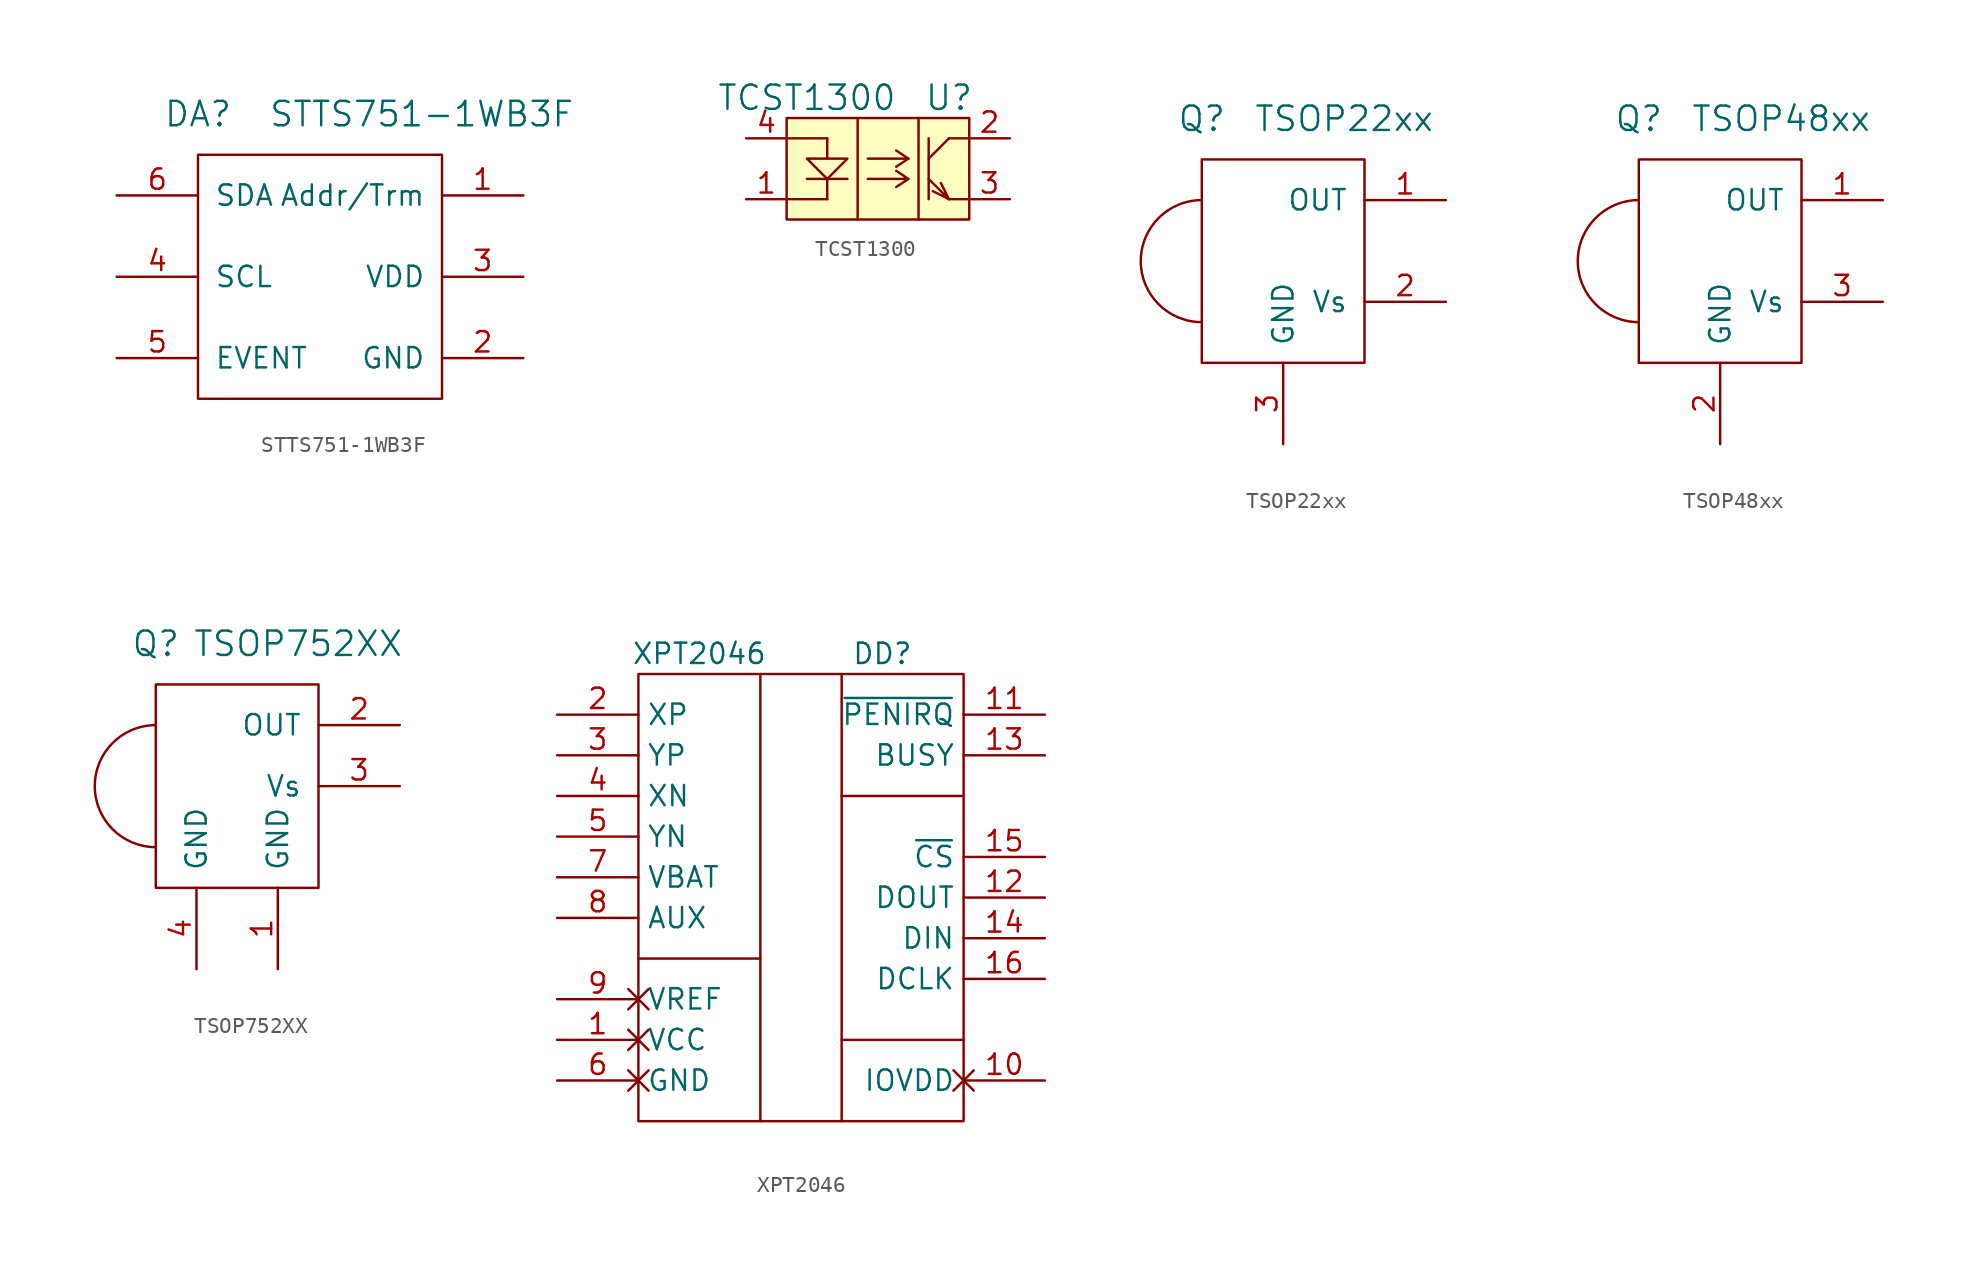
<source format=kicad_sym>
(kicad_symbol_lib
  (version 20231120)
  (generator "kicad_symbol_editor")
  (generator_version "8.0")
  (symbol "STTS751-1WB3F"
    (pin_names
      (offset 1.016))
    (property "Reference" "DA"
      (at -7.62 10.16 0)
      (effects (font (size 1.524 1.524))))
    (property "Value" "STTS751-1WB3F"
      (at 6.35 10.16 0)
      (effects (font (size 1.524 1.524))))
    (property "Footprint" ""
      (at 0 0 0)
      (effects (font (size 1.524 1.524))))
    (property "Datasheet" ""
      (at 0 0 0)
      (effects (font (size 1.524 1.524))))
    (symbol "STTS751-1WB3F_0_1"
      (rectangle (start -7.62 7.62) (end 7.62 -7.62) (stroke (width 0) (type default)) (fill (type none))))
    (symbol "STTS751-1WB3F_1_1"
      (pin passive line (at 12.7 5.08 180) (length 5.08) (name "Addr/Trm" (effects (font (size 1.27 1.27)))) (number "1" (effects (font (size 1.27 1.27)))))
      (pin passive line (at 12.7 -5.08 180) (length 5.08) (name "GND" (effects (font (size 1.27 1.27)))) (number "2" (effects (font (size 1.27 1.27)))))
      (pin passive line (at 12.7 0 180) (length 5.08) (name "VDD" (effects (font (size 1.27 1.27)))) (number "3" (effects (font (size 1.27 1.27)))))
      (pin passive line (at -12.7 0 0) (length 5.08) (name "SCL" (effects (font (size 1.27 1.27)))) (number "4" (effects (font (size 1.27 1.27)))))
      (pin passive line (at -12.7 -5.08 0) (length 5.08) (name "EVENT" (effects (font (size 1.27 1.27)))) (number "5" (effects (font (size 1.27 1.27)))))
      (pin passive line (at -12.7 5.08 0) (length 5.08) (name "SDA" (effects (font (size 1.27 1.27)))) (number "6" (effects (font (size 1.27 1.27)))))))
  (symbol "TCST1300"
    (pin_names
      (offset 1.016) hide)
    (property "Reference" "U"
      (at 3.81 3.81 0)
      (effects (font (size 1.524 1.524))))
    (property "Value" "TCST1300"
      (at -5.08 3.81 0)
      (effects (font (size 1.524 1.524))))
    (symbol "TCST1300_0_1"
      (rectangle (start -6.35 2.54) (end 5.08 -3.81) (stroke (width 0) (type default)) (fill (type background)))
      (polyline (pts (xy -6.35 -2.54) (xy -3.81 -2.54)) (stroke (width 0) (type default)) (fill (type none)))
      (polyline (pts (xy -6.35 1.27) (xy -3.81 1.27)) (stroke (width 0) (type default)) (fill (type none)))
      (polyline (pts (xy -5.08 -1.27) (xy -2.54 -1.27)) (stroke (width 0) (type default)) (fill (type none)))
      (polyline (pts (xy -3.81 -1.27) (xy -3.81 -2.54)) (stroke (width 0) (type default)) (fill (type none)))
      (polyline (pts (xy -1.905 2.54) (xy -1.905 -3.81)) (stroke (width 0) (type default)) (fill (type none)))
      (polyline (pts (xy -1.27 0) (xy 1.27 0)) (stroke (width 0) (type default)) (fill (type none)))
      (polyline (pts (xy 1.27 -1.27) (xy 0.508 -1.778)) (stroke (width 0) (type default)) (fill (type none)))
      (polyline (pts (xy 1.27 0) (xy 0.508 -0.508)) (stroke (width 0) (type default)) (fill (type none)))
      (polyline (pts (xy 1.27 0) (xy 0.508 0.508)) (stroke (width 0) (type default)) (fill (type none)))
      (polyline (pts (xy 1.905 2.54) (xy 1.905 -3.81)) (stroke (width 0) (type default)) (fill (type none)))
      (polyline (pts (xy 2.54 0) (xy 3.81 1.27)) (stroke (width 0) (type default)) (fill (type none)))
      (polyline (pts (xy 2.54 1.27) (xy 2.54 -2.54)) (stroke (width 0) (type default)) (fill (type none)))
      (polyline (pts (xy 3.81 -2.54) (xy 2.794 -2.032)) (stroke (width 0) (type default)) (fill (type none)))
      (polyline (pts (xy 3.81 -2.54) (xy 5.08 -2.54)) (stroke (width 0) (type default)) (fill (type none)))
      (polyline (pts (xy 3.81 1.27) (xy 5.08 1.27)) (stroke (width 0) (type default)) (fill (type none)))
      (polyline (pts (xy -1.27 -1.27) (xy 1.27 -1.27) (xy 0.508 -0.762)) (stroke (width 0) (type default)) (fill (type none)))
      (polyline (pts (xy 2.54 -1.27) (xy 3.81 -2.54) (xy 3.302 -1.524)) (stroke (width 0) (type default)) (fill (type none)))
      (polyline (pts (xy -3.81 1.27) (xy -3.81 0) (xy -2.54 0) (xy -3.81 -1.27) (xy -5.08 0) (xy -3.81 0)) (stroke (width 0) (type default)) (fill (type none))))
    (symbol "TCST1300_1_1"
      (pin passive line (at -8.89 -2.54 0) (length 2.54) (name "C" (effects (font (size 1.27 1.27)))) (number "1" (effects (font (size 1.27 1.27)))))
      (pin passive line (at 7.62 1.27 180) (length 2.54) (name "~" (effects (font (size 1.27 1.27)))) (number "2" (effects (font (size 1.27 1.27)))))
      (pin passive line (at 7.62 -2.54 180) (length 2.54) (name "~" (effects (font (size 1.27 1.27)))) (number "3" (effects (font (size 1.27 1.27)))))
      (pin passive line (at -8.89 1.27 0) (length 2.54) (name "A" (effects (font (size 1.27 1.27)))) (number "4" (effects (font (size 1.27 1.27)))))))
  (symbol "TSOP22xx"
    (pin_names
      (offset 1.016))
    (property "Reference" "Q"
      (at -5.08 7.62 0)
      (effects (font (size 1.524 1.524))))
    (property "Value" "TSOP22xx"
      (at 3.81 7.62 0)
      (effects (font (size 1.524 1.524))))
    (symbol "TSOP22xx_0_1"
      (arc (start -5.08 2.54) (mid -8.8734 -1.27) (end -5.08 -5.08) (stroke (width 0) (type default)) (fill (type none)))
      (rectangle (start 5.08 5.08) (end -5.08 -7.62) (stroke (width 0) (type default)) (fill (type none))))
    (symbol "TSOP22xx_1_1"
      (pin passive line (at 10.16 2.54 180) (length 5.08) (name "OUT" (effects (font (size 1.27 1.27)))) (number "1" (effects (font (size 1.27 1.27)))))
      (pin passive line (at 10.16 -3.81 180) (length 5.08) (name "Vs" (effects (font (size 1.27 1.27)))) (number "2" (effects (font (size 1.27 1.27)))))
      (pin passive line (at 0 -12.7 90) (length 5.08) (name "GND" (effects (font (size 1.27 1.27)))) (number "3" (effects (font (size 1.27 1.27)))))))
  (symbol "TSOP48xx"
    (pin_names
      (offset 1.016))
    (property "Reference" "Q"
      (at -5.08 7.62 0)
      (effects (font (size 1.524 1.524))))
    (property "Value" "TSOP48xx"
      (at 3.81 7.62 0)
      (effects (font (size 1.524 1.524))))
    (symbol "TSOP48xx_0_1"
      (arc (start -5.08 2.54) (mid -8.8734 -1.27) (end -5.08 -5.08) (stroke (width 0) (type default)) (fill (type none)))
      (rectangle (start 5.08 5.08) (end -5.08 -7.62) (stroke (width 0) (type default)) (fill (type none))))
    (symbol "TSOP48xx_1_1"
      (pin passive line (at 10.16 2.54 180) (length 5.08) (name "OUT" (effects (font (size 1.27 1.27)))) (number "1" (effects (font (size 1.27 1.27)))))
      (pin passive line (at 0 -12.7 90) (length 5.08) (name "GND" (effects (font (size 1.27 1.27)))) (number "2" (effects (font (size 1.27 1.27)))))
      (pin passive line (at 10.16 -3.81 180) (length 5.08) (name "Vs" (effects (font (size 1.27 1.27)))) (number "3" (effects (font (size 1.27 1.27)))))))
  (symbol "TSOP752XX"
    (pin_names
      (offset 1.016))
    (property "Reference" "Q"
      (at -5.08 7.62 0)
      (effects (font (size 1.524 1.524))))
    (property "Value" "TSOP752XX"
      (at 3.81 7.62 0)
      (effects (font (size 1.524 1.524))))
    (property "Footprint" ""
      (at 0 0 0)
      (effects (font (size 1.524 1.524))))
    (property "Datasheet" ""
      (at 0 0 0)
      (effects (font (size 1.524 1.524))))
    (symbol "TSOP752XX_0_1"
      (arc (start -5.08 2.54) (mid -8.8734 -1.27) (end -5.08 -5.08) (stroke (width 0) (type default)) (fill (type none)))
      (rectangle (start 5.08 5.08) (end -5.08 -7.62) (stroke (width 0) (type default)) (fill (type none))))
    (symbol "TSOP752XX_1_1"
      (pin passive line (at 2.54 -12.7 90) (length 5.08) (name "GND" (effects (font (size 1.27 1.27)))) (number "1" (effects (font (size 1.27 1.27)))))
      (pin passive line (at 10.16 2.54 180) (length 5.08) (name "OUT" (effects (font (size 1.27 1.27)))) (number "2" (effects (font (size 1.27 1.27)))))
      (pin passive line (at 10.16 -1.27 180) (length 5.08) (name "Vs" (effects (font (size 1.27 1.27)))) (number "3" (effects (font (size 1.27 1.27)))))
      (pin passive line (at -2.54 -12.7 90) (length 5.08) (name "GND" (effects (font (size 1.27 1.27)))) (number "4" (effects (font (size 1.27 1.27)))))))
  (symbol "XPT2046"
    (property "Reference" "DD"
      (at 5.08 3.81 0)
      (effects (font (size 1.27 1.27))))
    (property "Value" "XPT2046"
      (at -6.35 3.81 0)
      (effects (font (size 1.27 1.27))))
    (symbol "XPT2046_0_1"
      (rectangle (start -10.16 2.54) (end 10.16 -25.4) (stroke (width 0) (type default)) (fill (type none)))
      (polyline (pts (xy -10.16 -15.24) (xy -2.54 -15.24)) (stroke (width 0) (type default)) (fill (type none)))
      (polyline (pts (xy -2.54 2.54) (xy -2.54 -25.4)) (stroke (width 0) (type default)) (fill (type none)))
      (polyline (pts (xy 2.54 -20.32) (xy 10.16 -20.32)) (stroke (width 0) (type default)) (fill (type none)))
      (polyline (pts (xy 2.54 2.54) (xy 2.54 -25.4)) (stroke (width 0) (type default)) (fill (type none)))
      (polyline (pts (xy 10.16 -5.08) (xy 2.54 -5.08)) (stroke (width 0) (type default)) (fill (type none))))
    (symbol "XPT2046_1_1"
      (pin passive non_logic (at -15.24 -20.32 0) (length 5.08) (name "VCC" (effects (font (size 1.27 1.27)))) (number "1" (effects (font (size 1.27 1.27)))))
      (pin passive non_logic (at 15.24 -22.86 180) (length 5.08) (name "IOVDD" (effects (font (size 1.27 1.27)))) (number "10" (effects (font (size 1.27 1.27)))))
      (pin passive line (at 15.24 0 180) (length 5.08) (name "~{PENIRQ}" (effects (font (size 1.27 1.27)))) (number "11" (effects (font (size 1.27 1.27)))))
      (pin passive line (at 15.24 -11.43 180) (length 5.08) (name "DOUT" (effects (font (size 1.27 1.27)))) (number "12" (effects (font (size 1.27 1.27)))))
      (pin passive line (at 15.24 -2.54 180) (length 5.08) (name "BUSY" (effects (font (size 1.27 1.27)))) (number "13" (effects (font (size 1.27 1.27)))))
      (pin passive line (at 15.24 -13.97 180) (length 5.08) (name "DIN" (effects (font (size 1.27 1.27)))) (number "14" (effects (font (size 1.27 1.27)))))
      (pin passive line (at 15.24 -8.89 180) (length 5.08) (name "~{CS}" (effects (font (size 1.27 1.27)))) (number "15" (effects (font (size 1.27 1.27)))))
      (pin passive line (at 15.24 -16.51 180) (length 5.08) (name "DCLK" (effects (font (size 1.27 1.27)))) (number "16" (effects (font (size 1.27 1.27)))))
      (pin passive line (at -15.24 0 0) (length 5.08) (name "XP" (effects (font (size 1.27 1.27)))) (number "2" (effects (font (size 1.27 1.27)))))
      (pin passive line (at -15.24 -2.54 0) (length 5.08) (name "YP" (effects (font (size 1.27 1.27)))) (number "3" (effects (font (size 1.27 1.27)))))
      (pin passive line (at -15.24 -5.08 0) (length 5.08) (name "XN" (effects (font (size 1.27 1.27)))) (number "4" (effects (font (size 1.27 1.27)))))
      (pin passive line (at -15.24 -7.62 0) (length 5.08) (name "YN" (effects (font (size 1.27 1.27)))) (number "5" (effects (font (size 1.27 1.27)))))
      (pin passive non_logic (at -15.24 -22.86 0) (length 5.08) (name "GND" (effects (font (size 1.27 1.27)))) (number "6" (effects (font (size 1.27 1.27)))))
      (pin passive line (at -15.24 -10.16 0) (length 5.08) (name "VBAT" (effects (font (size 1.27 1.27)))) (number "7" (effects (font (size 1.27 1.27)))))
      (pin passive line (at -15.24 -12.7 0) (length 5.08) (name "AUX" (effects (font (size 1.27 1.27)))) (number "8" (effects (font (size 1.27 1.27)))))
      (pin passive non_logic (at -15.24 -17.78 0) (length 5.08) (name "VREF" (effects (font (size 1.27 1.27)))) (number "9" (effects (font (size 1.27 1.27))))))))
</source>
